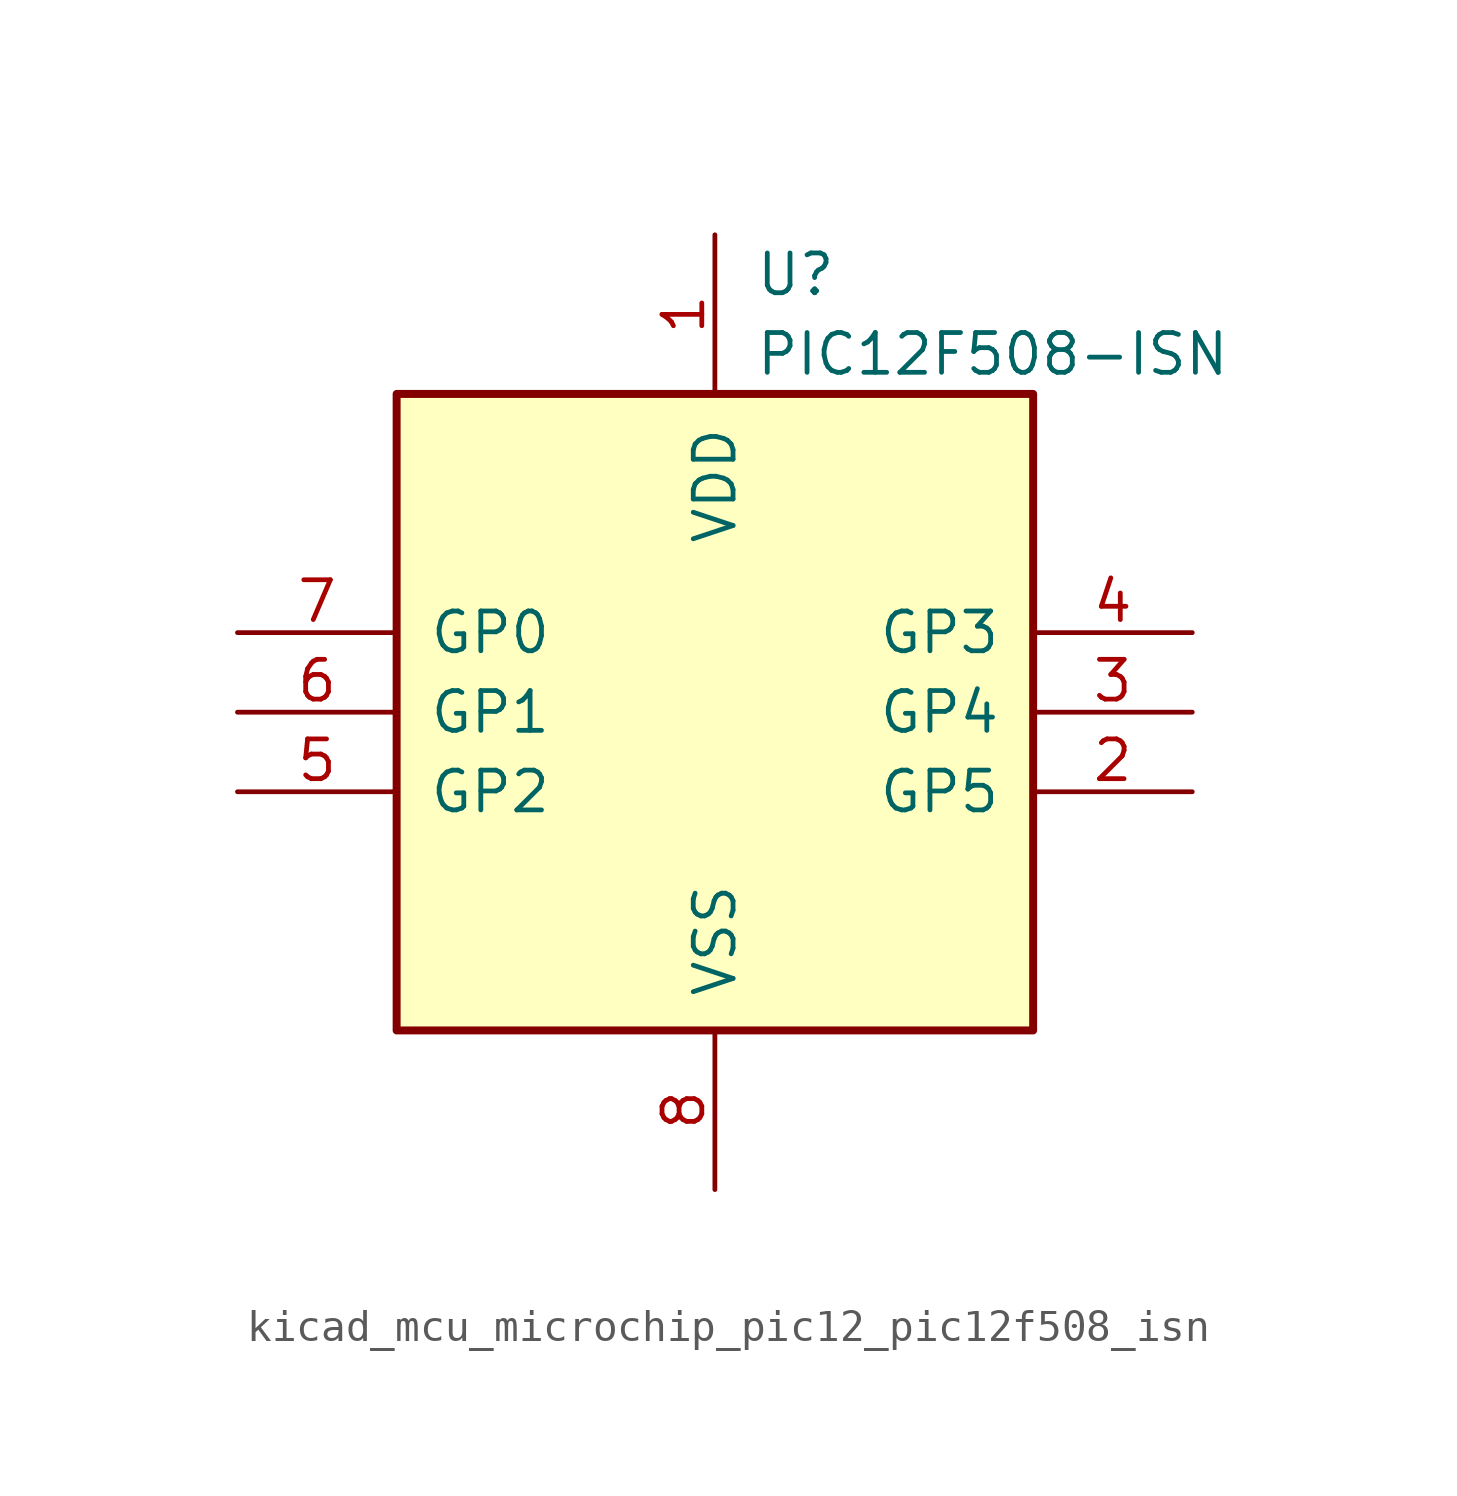
<source format=kicad_sym>
(kicad_symbol_lib
  (version 20220914)
  (generator kicad_symbol_editor)
  (symbol "kicad_mcu_microchip_pic12_pic12f508_isn"
    (pin_names
      (offset 1.016))
    (property "Reference" "U"
      (at 1.27 13.97 0)
      (effects (font (size 1.27 1.27)) (justify left)))
    (property "Value" "PIC12F508-ISN"
      (at 1.27 11.43 0)
      (effects (font (size 1.27 1.27)) (justify left)))
    (symbol "kicad_mcu_microchip_pic12_pic12f508_isn_0_1"
      (rectangle (start 10.16 -10.16) (end -10.16 10.16) (stroke (width 0.254) (type default)) (fill (type background))))
    (symbol "kicad_mcu_microchip_pic12_pic12f508_isn_1_1"
      (pin power_in line (at 0 15.24 270) (length 5.08) (name "VDD" (effects (font (size 1.27 1.27)))) (number "1" (effects (font (size 1.27 1.27)))))
      (pin bidirectional line (at 15.24 -2.54 180) (length 5.08) (name "GP5" (effects (font (size 1.27 1.27)))) (number "2" (effects (font (size 1.27 1.27)))))
      (pin bidirectional line (at 15.24 0 180) (length 5.08) (name "GP4" (effects (font (size 1.27 1.27)))) (number "3" (effects (font (size 1.27 1.27)))))
      (pin input line (at 15.24 2.54 180) (length 5.08) (name "GP3" (effects (font (size 1.27 1.27)))) (number "4" (effects (font (size 1.27 1.27)))))
      (pin bidirectional line (at -15.24 -2.54 0) (length 5.08) (name "GP2" (effects (font (size 1.27 1.27)))) (number "5" (effects (font (size 1.27 1.27)))))
      (pin bidirectional line (at -15.24 0 0) (length 5.08) (name "GP1" (effects (font (size 1.27 1.27)))) (number "6" (effects (font (size 1.27 1.27)))))
      (pin bidirectional line (at -15.24 2.54 0) (length 5.08) (name "GP0" (effects (font (size 1.27 1.27)))) (number "7" (effects (font (size 1.27 1.27)))))
      (pin power_in line (at 0 -15.24 90) (length 5.08) (name "VSS" (effects (font (size 1.27 1.27)))) (number "8" (effects (font (size 1.27 1.27))))))))
</source>
